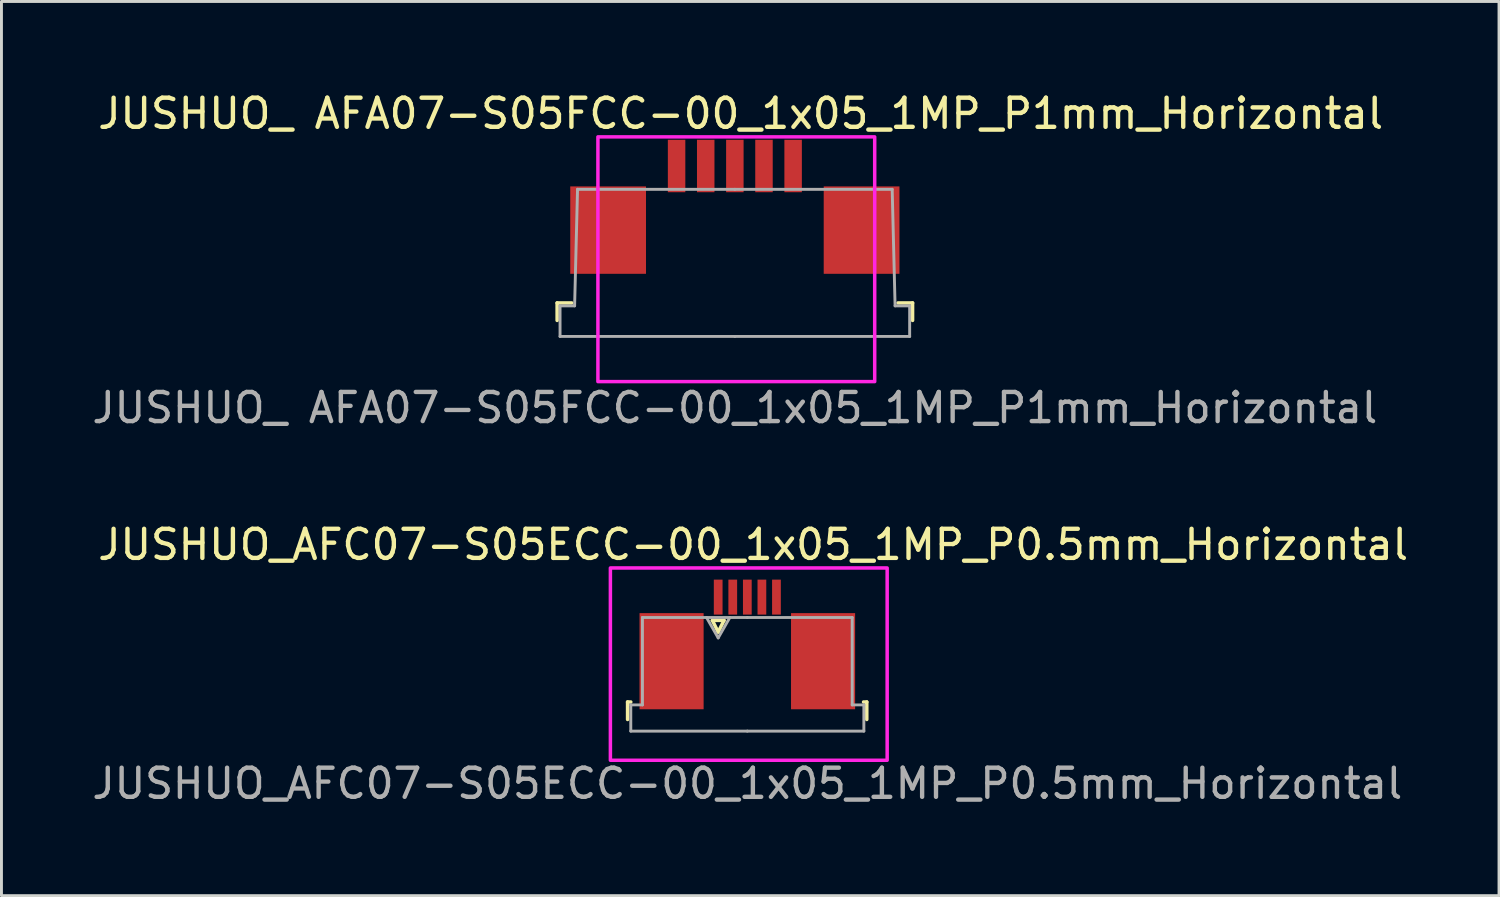
<source format=kicad_pcb>
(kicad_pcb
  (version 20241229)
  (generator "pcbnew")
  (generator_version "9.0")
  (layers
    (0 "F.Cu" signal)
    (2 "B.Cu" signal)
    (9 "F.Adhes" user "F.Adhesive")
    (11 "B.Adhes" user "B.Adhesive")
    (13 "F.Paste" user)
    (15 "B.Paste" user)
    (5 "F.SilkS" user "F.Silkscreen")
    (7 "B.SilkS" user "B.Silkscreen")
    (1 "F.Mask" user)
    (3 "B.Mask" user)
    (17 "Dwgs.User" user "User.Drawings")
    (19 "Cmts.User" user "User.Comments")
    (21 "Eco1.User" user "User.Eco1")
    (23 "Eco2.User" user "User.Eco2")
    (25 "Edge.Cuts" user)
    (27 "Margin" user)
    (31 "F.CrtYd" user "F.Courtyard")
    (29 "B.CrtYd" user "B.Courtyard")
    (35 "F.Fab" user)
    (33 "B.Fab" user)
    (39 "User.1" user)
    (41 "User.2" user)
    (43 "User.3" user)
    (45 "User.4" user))
  (footprint "JUSHUO_AFC07-S05ECC-00_1x05_1MP_P0.5mm_Horizontal"
    (layer "F.Cu")
    (at 22.601 19.645)
    (property "Reference" "JUSHUO_AFC07-S05ECC-00_1x05_1MP_P0.5mm_Horizontal" (at 0.2 -4 0) (layer "F.SilkS") (effects (font (size 1 1) (thickness 0.15))))
    (attr smd)
    (fp_line (start -4.11 1.4) (end -4.11 2) (stroke (width 0.12) (type solid)) (layer "F.SilkS"))
    (fp_line (start -4 1.4) (end -4.11 1.4) (stroke (width 0.12) (type solid)) (layer "F.SilkS"))
    (fp_line (start -1.2 -1.4) (end -1 -1) (stroke (width 0.12) (type solid)) (layer "F.SilkS"))
    (fp_line (start -1 -1) (end -0.8 -1.4) (stroke (width 0.12) (type solid)) (layer "F.SilkS"))
    (fp_line (start -0.8 -1.4) (end -1.2 -1.4) (stroke (width 0.12) (type solid)) (layer "F.SilkS"))
    (fp_line (start 3.99 1.4) (end 4.1 1.4) (stroke (width 0.12) (type solid)) (layer "F.SilkS"))
    (fp_line (start 4.1 1.4) (end 4.1 2) (stroke (width 0.12) (type solid)) (layer "F.SilkS"))
    (fp_rect (start -4.7 -3.2) (end 4.8 3.4) (stroke (width 0.12) (type solid)) (fill no) (layer "F.CrtYd"))
    (fp_line (start -4 1.5) (end -4 2.4) (stroke (width 0.1) (type solid)) (layer "F.Fab"))
    (fp_line (start -3.6 -1.5) (end -3.6 1.5) (stroke (width 0.1) (type solid)) (layer "F.Fab"))
    (fp_line (start -3.6 1.5) (end -4 1.5) (stroke (width 0.1) (type solid)) (layer "F.Fab"))
    (fp_line (start -1.4 -1.5) (end -1 -0.8) (stroke (width 0.1) (type solid)) (layer "F.Fab"))
    (fp_line (start -1 -0.8) (end -0.6 -1.5) (stroke (width 0.1) (type solid)) (layer "F.Fab"))
    (fp_line (start 0 -1.5) (end -3.6 -1.5) (stroke (width 0.1) (type solid)) (layer "F.Fab"))
    (fp_line (start 0 -1.5) (end 3.6 -1.5) (stroke (width 0.1) (type solid)) (layer "F.Fab"))
    (fp_line (start 0 2.4) (end -4 2.4) (stroke (width 0.1) (type solid)) (layer "F.Fab"))
    (fp_line (start 0 2.4) (end 4 2.4) (stroke (width 0.1) (type solid)) (layer "F.Fab"))
    (fp_line (start 3.6 -1.5) (end 3.6 1.5) (stroke (width 0.1) (type solid)) (layer "F.Fab"))
    (fp_line (start 3.6 1.5) (end 4 1.5) (stroke (width 0.1) (type solid)) (layer "F.Fab"))
    (fp_line (start 4 1.5) (end 4 2.4) (stroke (width 0.1) (type solid)) (layer "F.Fab"))
    (fp_text user "${REFERENCE}" (at 0 4.2 0) (layer "F.Fab") (effects (font (size 1 1) (thickness 0.15))))
    (pad "1" smd rect (at -1 -2.2) (size 0.3 1.2) (layers "F.Cu" "F.Mask" "F.Paste"))
    (pad "2" smd rect (at -0.5 -2.2) (size 0.3 1.2) (layers "F.Cu" "F.Mask" "F.Paste"))
    (pad "3" smd rect (at 0 -2.2) (size 0.3 1.2) (layers "F.Cu" "F.Mask" "F.Paste"))
    (pad "4" smd rect (at 0.5 -2.2) (size 0.3 1.2) (layers "F.Cu" "F.Mask" "F.Paste"))
    (pad "5" smd rect (at 1 -2.2) (size 0.3 1.2) (layers "F.Cu" "F.Mask" "F.Paste"))
    (pad "MP" smd rect (at -2.6 0) (size 2.2 3.3) (layers "F.Cu" "F.Mask" "F.Paste"))
    (pad "MP" smd rect (at 2.6 0) (size 2.2 3.3) (layers "F.Cu" "F.Mask" "F.Paste")))
  (footprint "JUSHUO_ AFA07-S05FCC-00_1x05_1MP_P1mm_Horizontal"
    (layer "F.Cu")
    (at 22.173 4.848)
    (property "Reference" "JUSHUO_ AFA07-S05FCC-00_1x05_1MP_P1mm_Horizontal" (at 0.2 -4 0) (layer "F.SilkS") (effects (font (size 1 1) (thickness 0.15))))
    (attr smd)
    (fp_line (start -6.1 2.5) (end -6.1 3.1) (stroke (width 0.12) (type solid)) (layer "F.SilkS"))
    (fp_line (start -6.1 2.5) (end -5.6 2.5) (stroke (width 0.12) (type solid)) (layer "F.SilkS"))
    (fp_line (start 6.1 2.5) (end 5.6 2.5) (stroke (width 0.12) (type solid)) (layer "F.SilkS"))
    (fp_line (start 6.1 2.5) (end 6.1 3.1) (stroke (width 0.12) (type solid)) (layer "F.SilkS"))
    (fp_rect (start -4.7 -3.2) (end 4.8 5.2) (stroke (width 0.12) (type solid)) (fill no) (layer "F.CrtYd"))
    (fp_line (start -6 2.6) (end -5.5 2.6) (stroke (width 0.1) (type solid)) (layer "F.Fab"))
    (fp_line (start -6 3.65) (end -6 2.6) (stroke (width 0.1) (type solid)) (layer "F.Fab"))
    (fp_line (start -5.4 -1.4) (end -5.5 2.6) (stroke (width 0.1) (type solid)) (layer "F.Fab"))
    (fp_line (start 0 -1.4) (end -5.4 -1.4) (stroke (width 0.1) (type solid)) (layer "F.Fab"))
    (fp_line (start 0 -1.4) (end 5.4 -1.4) (stroke (width 0.1) (type solid)) (layer "F.Fab"))
    (fp_line (start 0 3.65) (end -6 3.65) (stroke (width 0.1) (type solid)) (layer "F.Fab"))
    (fp_line (start 0 3.65) (end 6 3.65) (stroke (width 0.1) (type solid)) (layer "F.Fab"))
    (fp_line (start 5.4 -1.4) (end 5.5 2.6) (stroke (width 0.1) (type solid)) (layer "F.Fab"))
    (fp_line (start 6 2.6) (end 5.5 2.6) (stroke (width 0.1) (type solid)) (layer "F.Fab"))
    (fp_line (start 6 3.65) (end 6 2.6) (stroke (width 0.1) (type solid)) (layer "F.Fab"))
    (fp_text user "${REFERENCE}" (at 0 6.1 0) (layer "F.Fab") (effects (font (size 1 1) (thickness 0.15))))
    (pad "1" smd rect (at -2 -2.2) (size 0.6 1.8) (layers "F.Cu" "F.Mask" "F.Paste"))
    (pad "2" smd rect (at -1 -2.2) (size 0.6 1.8) (layers "F.Cu" "F.Mask" "F.Paste"))
    (pad "3" smd rect (at 0 -2.2) (size 0.6 1.8) (layers "F.Cu" "F.Mask" "F.Paste"))
    (pad "4" smd rect (at 1 -2.2) (size 0.6 1.8) (layers "F.Cu" "F.Mask" "F.Paste"))
    (pad "5" smd rect (at 2 -2.2) (size 0.6 1.8) (layers "F.Cu" "F.Mask" "F.Paste"))
    (pad "6" smd rect (at -4.35 0) (size 2.6 3) (layers "F.Cu" "F.Mask" "F.Paste"))
    (pad "6" smd rect (at 4.35 0) (size 2.6 3) (layers "F.Cu" "F.Mask" "F.Paste")))
  (gr_rect
    (start -3 -3)
    (end 48.402 27.693)
    (stroke (width 0.1) (type default))
    (fill no)
    (layer "Edge.Cuts")))
</source>
